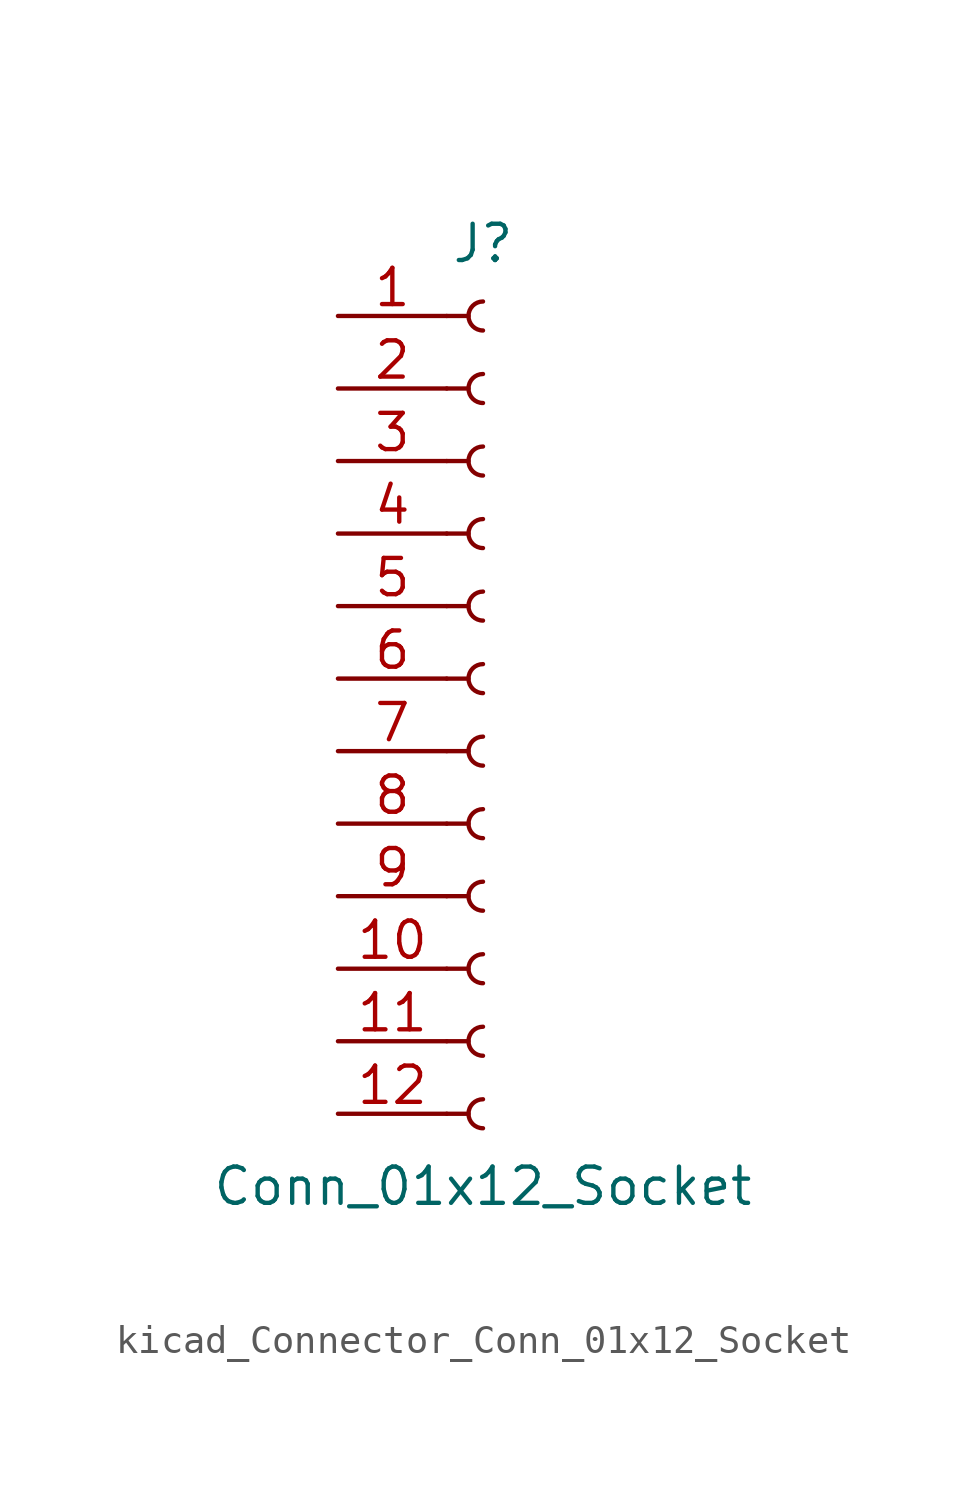
<source format=kicad_sym>
(kicad_symbol_lib
  (version 20220914)
  (generator kicad_symbol_editor)
  (symbol "kicad_Connector_Conn_01x12_Socket"
    (pin_names
      (offset 1.016) hide)
    (property "Reference" "J"
      (at 0 15.24 0)
      (effects (font (size 1.27 1.27))))
    (property "Value" "Conn_01x12_Socket"
      (at 0 -17.78 0)
      (effects (font (size 1.27 1.27))))
    (property "ki_locked" ""
      (at 0 0 0)
      (effects (font (size 1.27 1.27))))
    (symbol "kicad_Connector_Conn_01x12_Socket_1_1"
      (arc (start 0 -14.732) (mid -0.5058 -15.24) (end 0 -15.748) (stroke (width 0.1524) (type default)) (fill (type none)))
      (arc (start 0 -12.192) (mid -0.5058 -12.7) (end 0 -13.208) (stroke (width 0.1524) (type default)) (fill (type none)))
      (arc (start 0 -9.652) (mid -0.5058 -10.16) (end 0 -10.668) (stroke (width 0.1524) (type default)) (fill (type none)))
      (arc (start 0 -7.112) (mid -0.5058 -7.62) (end 0 -8.128) (stroke (width 0.1524) (type default)) (fill (type none)))
      (arc (start 0 -4.572) (mid -0.5058 -5.08) (end 0 -5.588) (stroke (width 0.1524) (type default)) (fill (type none)))
      (arc (start 0 -2.032) (mid -0.5058 -2.54) (end 0 -3.048) (stroke (width 0.1524) (type default)) (fill (type none)))
      (polyline (pts (xy -1.27 -15.24) (xy -0.508 -15.24)) (stroke (width 0.152) (type default)) (fill (type none)))
      (polyline (pts (xy -1.27 -12.7) (xy -0.508 -12.7)) (stroke (width 0.152) (type default)) (fill (type none)))
      (polyline (pts (xy -1.27 -10.16) (xy -0.508 -10.16)) (stroke (width 0.152) (type default)) (fill (type none)))
      (polyline (pts (xy -1.27 -7.62) (xy -0.508 -7.62)) (stroke (width 0.152) (type default)) (fill (type none)))
      (polyline (pts (xy -1.27 -5.08) (xy -0.508 -5.08)) (stroke (width 0.152) (type default)) (fill (type none)))
      (polyline (pts (xy -1.27 -2.54) (xy -0.508 -2.54)) (stroke (width 0.152) (type default)) (fill (type none)))
      (polyline (pts (xy -1.27 0) (xy -0.508 0)) (stroke (width 0.152) (type default)) (fill (type none)))
      (polyline (pts (xy -1.27 2.54) (xy -0.508 2.54)) (stroke (width 0.152) (type default)) (fill (type none)))
      (polyline (pts (xy -1.27 5.08) (xy -0.508 5.08)) (stroke (width 0.152) (type default)) (fill (type none)))
      (polyline (pts (xy -1.27 7.62) (xy -0.508 7.62)) (stroke (width 0.152) (type default)) (fill (type none)))
      (polyline (pts (xy -1.27 10.16) (xy -0.508 10.16)) (stroke (width 0.152) (type default)) (fill (type none)))
      (polyline (pts (xy -1.27 12.7) (xy -0.508 12.7)) (stroke (width 0.152) (type default)) (fill (type none)))
      (arc (start 0 0.508) (mid -0.5058 0) (end 0 -0.508) (stroke (width 0.1524) (type default)) (fill (type none)))
      (arc (start 0 3.048) (mid -0.5058 2.54) (end 0 2.032) (stroke (width 0.1524) (type default)) (fill (type none)))
      (arc (start 0 5.588) (mid -0.5058 5.08) (end 0 4.572) (stroke (width 0.1524) (type default)) (fill (type none)))
      (arc (start 0 8.128) (mid -0.5058 7.62) (end 0 7.112) (stroke (width 0.1524) (type default)) (fill (type none)))
      (arc (start 0 10.668) (mid -0.5058 10.16) (end 0 9.652) (stroke (width 0.1524) (type default)) (fill (type none)))
      (arc (start 0 13.208) (mid -0.5058 12.7) (end 0 12.192) (stroke (width 0.1524) (type default)) (fill (type none)))
      (pin passive line (at -5.08 12.7 0) (length 3.81) (name "Pin_1" (effects (font (size 1.27 1.27)))) (number "1" (effects (font (size 1.27 1.27)))))
      (pin passive line (at -5.08 -10.16 0) (length 3.81) (name "Pin_10" (effects (font (size 1.27 1.27)))) (number "10" (effects (font (size 1.27 1.27)))))
      (pin passive line (at -5.08 -12.7 0) (length 3.81) (name "Pin_11" (effects (font (size 1.27 1.27)))) (number "11" (effects (font (size 1.27 1.27)))))
      (pin passive line (at -5.08 -15.24 0) (length 3.81) (name "Pin_12" (effects (font (size 1.27 1.27)))) (number "12" (effects (font (size 1.27 1.27)))))
      (pin passive line (at -5.08 10.16 0) (length 3.81) (name "Pin_2" (effects (font (size 1.27 1.27)))) (number "2" (effects (font (size 1.27 1.27)))))
      (pin passive line (at -5.08 7.62 0) (length 3.81) (name "Pin_3" (effects (font (size 1.27 1.27)))) (number "3" (effects (font (size 1.27 1.27)))))
      (pin passive line (at -5.08 5.08 0) (length 3.81) (name "Pin_4" (effects (font (size 1.27 1.27)))) (number "4" (effects (font (size 1.27 1.27)))))
      (pin passive line (at -5.08 2.54 0) (length 3.81) (name "Pin_5" (effects (font (size 1.27 1.27)))) (number "5" (effects (font (size 1.27 1.27)))))
      (pin passive line (at -5.08 0 0) (length 3.81) (name "Pin_6" (effects (font (size 1.27 1.27)))) (number "6" (effects (font (size 1.27 1.27)))))
      (pin passive line (at -5.08 -2.54 0) (length 3.81) (name "Pin_7" (effects (font (size 1.27 1.27)))) (number "7" (effects (font (size 1.27 1.27)))))
      (pin passive line (at -5.08 -5.08 0) (length 3.81) (name "Pin_8" (effects (font (size 1.27 1.27)))) (number "8" (effects (font (size 1.27 1.27)))))
      (pin passive line (at -5.08 -7.62 0) (length 3.81) (name "Pin_9" (effects (font (size 1.27 1.27)))) (number "9" (effects (font (size 1.27 1.27))))))))
</source>
